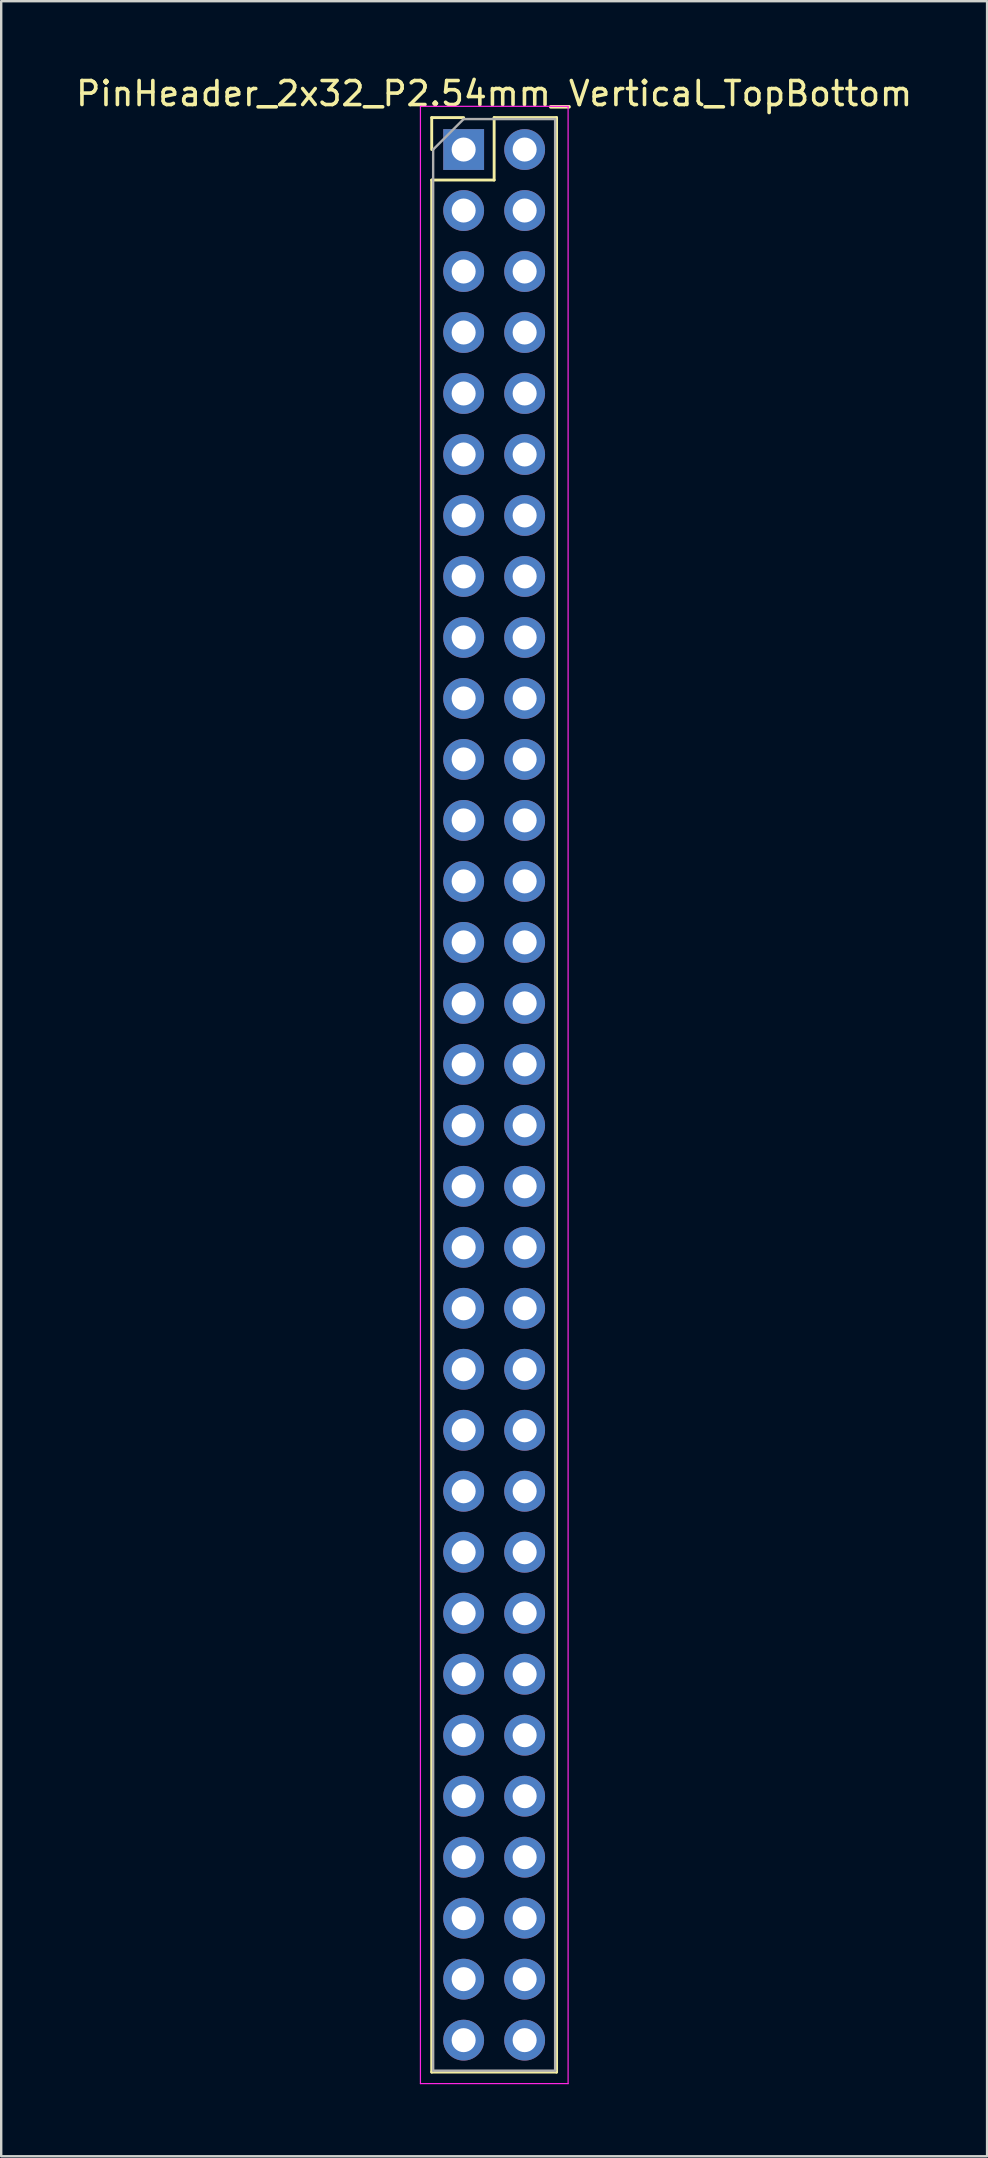
<source format=kicad_pcb>
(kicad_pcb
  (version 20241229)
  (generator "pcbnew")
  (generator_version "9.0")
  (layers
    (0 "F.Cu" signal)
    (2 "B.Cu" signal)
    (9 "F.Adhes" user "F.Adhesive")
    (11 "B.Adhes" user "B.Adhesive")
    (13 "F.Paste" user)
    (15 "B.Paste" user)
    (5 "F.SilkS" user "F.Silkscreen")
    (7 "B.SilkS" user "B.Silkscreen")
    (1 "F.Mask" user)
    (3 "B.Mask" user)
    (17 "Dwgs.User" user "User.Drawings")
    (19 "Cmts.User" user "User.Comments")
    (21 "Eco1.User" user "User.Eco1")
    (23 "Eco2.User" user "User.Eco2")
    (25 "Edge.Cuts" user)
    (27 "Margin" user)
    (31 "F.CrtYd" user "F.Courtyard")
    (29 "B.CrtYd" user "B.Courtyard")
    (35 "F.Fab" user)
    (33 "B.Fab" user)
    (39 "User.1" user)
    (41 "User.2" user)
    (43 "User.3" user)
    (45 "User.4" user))
  (footprint "PinHeader_2x32_P2.54mm_Vertical_TopBottom"
    (layer "F.Cu")
    (at 16.26 3.178)
    (property "Reference" "PinHeader_2x32_P2.54mm_Vertical_TopBottom" (at 1.27 -2.33 0) (layer "F.SilkS") (effects (font (size 1 1) (thickness 0.15))))
    (attr through_hole)
    (fp_line (start -1.33 -1.33) (end 0 -1.33) (stroke (width 0.12) (type solid)) (layer "F.SilkS"))
    (fp_line (start -1.33 0) (end -1.33 -1.33) (stroke (width 0.12) (type solid)) (layer "F.SilkS"))
    (fp_line (start -1.33 1.27) (end -1.33 80.07) (stroke (width 0.12) (type solid)) (layer "F.SilkS"))
    (fp_line (start -1.33 1.27) (end 1.27 1.27) (stroke (width 0.12) (type solid)) (layer "F.SilkS"))
    (fp_line (start -1.33 80.07) (end 3.87 80.07) (stroke (width 0.12) (type solid)) (layer "F.SilkS"))
    (fp_line (start 1.27 -1.33) (end 3.87 -1.33) (stroke (width 0.12) (type solid)) (layer "F.SilkS"))
    (fp_line (start 1.27 1.27) (end 1.27 -1.33) (stroke (width 0.12) (type solid)) (layer "F.SilkS"))
    (fp_line (start 3.87 -1.33) (end 3.87 80.07) (stroke (width 0.12) (type solid)) (layer "F.SilkS"))
    (fp_line (start -1.8 -1.8) (end -1.8 80.55) (stroke (width 0.05) (type solid)) (layer "F.CrtYd"))
    (fp_line (start -1.8 80.55) (end 4.35 80.55) (stroke (width 0.05) (type solid)) (layer "F.CrtYd"))
    (fp_line (start 4.35 -1.8) (end -1.8 -1.8) (stroke (width 0.05) (type solid)) (layer "F.CrtYd"))
    (fp_line (start 4.35 80.55) (end 4.35 -1.8) (stroke (width 0.05) (type solid)) (layer "F.CrtYd"))
    (fp_line (start -1.27 0) (end 0 -1.27) (stroke (width 0.1) (type solid)) (layer "F.Fab"))
    (fp_line (start -1.27 80.01) (end -1.27 0) (stroke (width 0.1) (type solid)) (layer "F.Fab"))
    (fp_line (start 0 -1.27) (end 3.81 -1.27) (stroke (width 0.1) (type solid)) (layer "F.Fab"))
    (fp_line (start 3.81 -1.27) (end 3.81 80.01) (stroke (width 0.1) (type solid)) (layer "F.Fab"))
    (fp_line (start 3.81 80.01) (end -1.27 80.01) (stroke (width 0.1) (type solid)) (layer "F.Fab"))
    (pad "1" thru_hole rect (at 0 0) (size 1.7 1.7) (drill 1) (layers "*.Cu" "*.Mask"))
    (pad "2" thru_hole circle (at 0 2.54) (size 1.7 1.7) (drill 1) (layers "*.Cu" "*.Mask"))
    (pad "3" thru_hole circle (at 0 5.08) (size 1.7 1.7) (drill 1) (layers "*.Cu" "*.Mask"))
    (pad "4" thru_hole circle (at 0 7.62) (size 1.7 1.7) (drill 1) (layers "*.Cu" "*.Mask"))
    (pad "5" thru_hole circle (at 0 10.16) (size 1.7 1.7) (drill 1) (layers "*.Cu" "*.Mask"))
    (pad "6" thru_hole circle (at 0 12.7) (size 1.7 1.7) (drill 1) (layers "*.Cu" "*.Mask"))
    (pad "7" thru_hole circle (at 0 15.24) (size 1.7 1.7) (drill 1) (layers "*.Cu" "*.Mask"))
    (pad "8" thru_hole circle (at 0 17.78) (size 1.7 1.7) (drill 1) (layers "*.Cu" "*.Mask"))
    (pad "9" thru_hole circle (at 0 20.32) (size 1.7 1.7) (drill 1) (layers "*.Cu" "*.Mask"))
    (pad "10" thru_hole circle (at 0 22.86) (size 1.7 1.7) (drill 1) (layers "*.Cu" "*.Mask"))
    (pad "11" thru_hole circle (at 0 25.4) (size 1.7 1.7) (drill 1) (layers "*.Cu" "*.Mask"))
    (pad "12" thru_hole circle (at 0 27.94) (size 1.7 1.7) (drill 1) (layers "*.Cu" "*.Mask"))
    (pad "13" thru_hole circle (at 0 30.48) (size 1.7 1.7) (drill 1) (layers "*.Cu" "*.Mask"))
    (pad "14" thru_hole circle (at 0 33.02) (size 1.7 1.7) (drill 1) (layers "*.Cu" "*.Mask"))
    (pad "15" thru_hole circle (at 0 35.56) (size 1.7 1.7) (drill 1) (layers "*.Cu" "*.Mask"))
    (pad "16" thru_hole circle (at 0 38.1) (size 1.7 1.7) (drill 1) (layers "*.Cu" "*.Mask"))
    (pad "17" thru_hole circle (at 0 40.64) (size 1.7 1.7) (drill 1) (layers "*.Cu" "*.Mask"))
    (pad "18" thru_hole circle (at 0 43.18) (size 1.7 1.7) (drill 1) (layers "*.Cu" "*.Mask"))
    (pad "19" thru_hole circle (at 0 45.72) (size 1.7 1.7) (drill 1) (layers "*.Cu" "*.Mask"))
    (pad "20" thru_hole circle (at 0 48.26) (size 1.7 1.7) (drill 1) (layers "*.Cu" "*.Mask"))
    (pad "21" thru_hole circle (at 0 50.8) (size 1.7 1.7) (drill 1) (layers "*.Cu" "*.Mask"))
    (pad "22" thru_hole circle (at 0 53.34) (size 1.7 1.7) (drill 1) (layers "*.Cu" "*.Mask"))
    (pad "23" thru_hole circle (at 0 55.88) (size 1.7 1.7) (drill 1) (layers "*.Cu" "*.Mask"))
    (pad "24" thru_hole circle (at 0 58.42) (size 1.7 1.7) (drill 1) (layers "*.Cu" "*.Mask"))
    (pad "25" thru_hole circle (at 0 60.96) (size 1.7 1.7) (drill 1) (layers "*.Cu" "*.Mask"))
    (pad "26" thru_hole circle (at 0 63.5) (size 1.7 1.7) (drill 1) (layers "*.Cu" "*.Mask"))
    (pad "27" thru_hole circle (at 0 66.04) (size 1.7 1.7) (drill 1) (layers "*.Cu" "*.Mask"))
    (pad "28" thru_hole circle (at 0 68.58) (size 1.7 1.7) (drill 1) (layers "*.Cu" "*.Mask"))
    (pad "29" thru_hole circle (at 0 71.12) (size 1.7 1.7) (drill 1) (layers "*.Cu" "*.Mask"))
    (pad "30" thru_hole circle (at 0 73.66) (size 1.7 1.7) (drill 1) (layers "*.Cu" "*.Mask"))
    (pad "31" thru_hole circle (at 0 76.2) (size 1.7 1.7) (drill 1) (layers "*.Cu" "*.Mask"))
    (pad "32" thru_hole circle (at 0 78.74) (size 1.7 1.7) (drill 1) (layers "*.Cu" "*.Mask"))
    (pad "33" thru_hole circle (at 2.54 0) (size 1.7 1.7) (drill 1) (layers "*.Cu" "*.Mask"))
    (pad "34" thru_hole circle (at 2.54 2.54) (size 1.7 1.7) (drill 1) (layers "*.Cu" "*.Mask"))
    (pad "35" thru_hole circle (at 2.54 5.08) (size 1.7 1.7) (drill 1) (layers "*.Cu" "*.Mask"))
    (pad "36" thru_hole circle (at 2.54 7.62) (size 1.7 1.7) (drill 1) (layers "*.Cu" "*.Mask"))
    (pad "37" thru_hole circle (at 2.54 10.16) (size 1.7 1.7) (drill 1) (layers "*.Cu" "*.Mask"))
    (pad "38" thru_hole circle (at 2.54 12.7) (size 1.7 1.7) (drill 1) (layers "*.Cu" "*.Mask"))
    (pad "39" thru_hole circle (at 2.54 15.24) (size 1.7 1.7) (drill 1) (layers "*.Cu" "*.Mask"))
    (pad "40" thru_hole circle (at 2.54 17.78) (size 1.7 1.7) (drill 1) (layers "*.Cu" "*.Mask"))
    (pad "41" thru_hole circle (at 2.54 20.32) (size 1.7 1.7) (drill 1) (layers "*.Cu" "*.Mask"))
    (pad "42" thru_hole circle (at 2.54 22.86) (size 1.7 1.7) (drill 1) (layers "*.Cu" "*.Mask"))
    (pad "43" thru_hole circle (at 2.54 25.4) (size 1.7 1.7) (drill 1) (layers "*.Cu" "*.Mask"))
    (pad "44" thru_hole circle (at 2.54 27.94) (size 1.7 1.7) (drill 1) (layers "*.Cu" "*.Mask"))
    (pad "45" thru_hole circle (at 2.54 30.48) (size 1.7 1.7) (drill 1) (layers "*.Cu" "*.Mask"))
    (pad "46" thru_hole circle (at 2.54 33.02) (size 1.7 1.7) (drill 1) (layers "*.Cu" "*.Mask"))
    (pad "47" thru_hole circle (at 2.54 35.56) (size 1.7 1.7) (drill 1) (layers "*.Cu" "*.Mask"))
    (pad "48" thru_hole circle (at 2.54 38.1) (size 1.7 1.7) (drill 1) (layers "*.Cu" "*.Mask"))
    (pad "49" thru_hole circle (at 2.54 40.64) (size 1.7 1.7) (drill 1) (layers "*.Cu" "*.Mask"))
    (pad "50" thru_hole circle (at 2.54 43.18) (size 1.7 1.7) (drill 1) (layers "*.Cu" "*.Mask"))
    (pad "51" thru_hole circle (at 2.54 45.72) (size 1.7 1.7) (drill 1) (layers "*.Cu" "*.Mask"))
    (pad "52" thru_hole circle (at 2.54 48.26) (size 1.7 1.7) (drill 1) (layers "*.Cu" "*.Mask"))
    (pad "53" thru_hole circle (at 2.54 50.8) (size 1.7 1.7) (drill 1) (layers "*.Cu" "*.Mask"))
    (pad "54" thru_hole circle (at 2.54 53.34) (size 1.7 1.7) (drill 1) (layers "*.Cu" "*.Mask"))
    (pad "55" thru_hole circle (at 2.54 55.88) (size 1.7 1.7) (drill 1) (layers "*.Cu" "*.Mask"))
    (pad "56" thru_hole circle (at 2.54 58.42) (size 1.7 1.7) (drill 1) (layers "*.Cu" "*.Mask"))
    (pad "57" thru_hole circle (at 2.54 60.96) (size 1.7 1.7) (drill 1) (layers "*.Cu" "*.Mask"))
    (pad "58" thru_hole circle (at 2.54 63.5) (size 1.7 1.7) (drill 1) (layers "*.Cu" "*.Mask"))
    (pad "59" thru_hole circle (at 2.54 66.04) (size 1.7 1.7) (drill 1) (layers "*.Cu" "*.Mask"))
    (pad "60" thru_hole circle (at 2.54 68.58) (size 1.7 1.7) (drill 1) (layers "*.Cu" "*.Mask"))
    (pad "61" thru_hole circle (at 2.54 71.12) (size 1.7 1.7) (drill 1) (layers "*.Cu" "*.Mask"))
    (pad "62" thru_hole circle (at 2.54 73.66) (size 1.7 1.7) (drill 1) (layers "*.Cu" "*.Mask"))
    (pad "63" thru_hole circle (at 2.54 76.2) (size 1.7 1.7) (drill 1) (layers "*.Cu" "*.Mask"))
    (pad "64" thru_hole circle (at 2.54 78.74) (size 1.7 1.7) (drill 1) (layers "*.Cu" "*.Mask")))
  (gr_rect
    (start -3 -3)
    (end 38.06 86.753)
    (stroke (width 0.1) (type default))
    (fill no)
    (layer "Edge.Cuts")))
</source>
